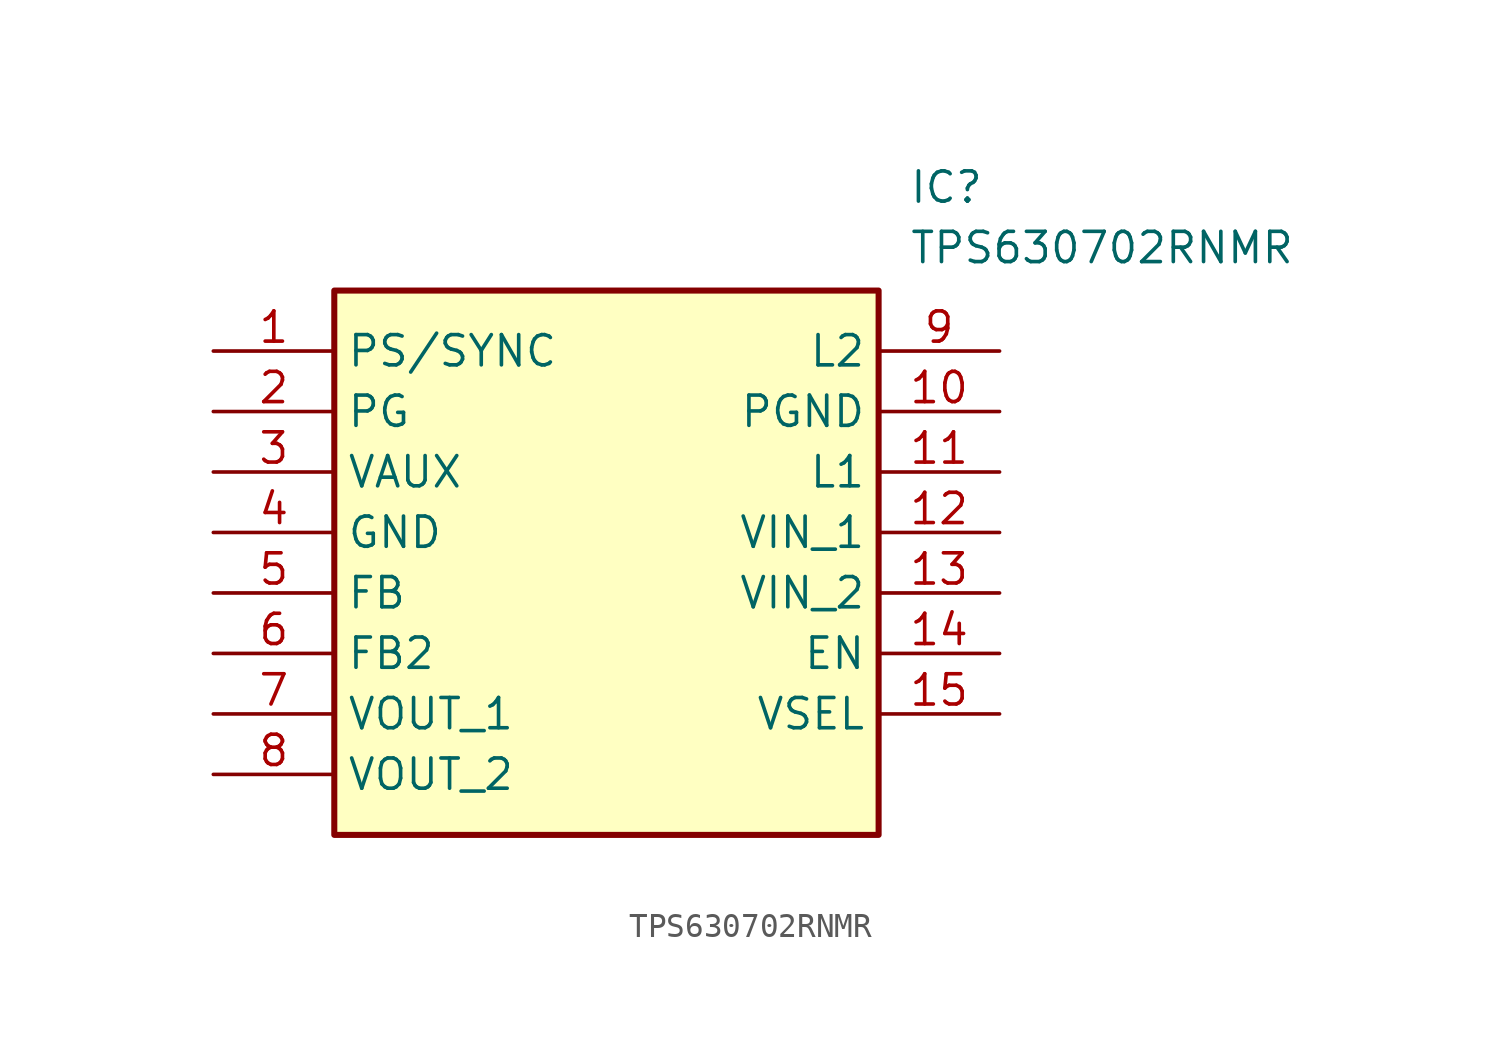
<source format=kicad_sym>
(kicad_symbol_lib
  (version 20211014)
  (generator SamacSys_ECAD_Model)
  (symbol "TPS630702RNMR"
    (property "Reference" "IC"
      (at 29.21 7.62 0)
      (effects (font (size 1.27 1.27)) (justify left top)))
    (property "Value" "TPS630702RNMR"
      (at 29.21 5.08 0)
      (effects (font (size 1.27 1.27)) (justify left top)))
    (rectangle
      (start 5.08 2.54)
      (end 27.94 -20.32)
      (stroke (width 0.254) (type default))
      (fill (type background)))
    (pin passive line
      (at 0 0 0)
      (length 5.08)
      (name "PS/SYNC" (effects (font (size 1.27 1.27))))
      (number "1" (effects (font (size 1.27 1.27)))))
    (pin passive line
      (at 0 -2.54 0)
      (length 5.08)
      (name "PG" (effects (font (size 1.27 1.27))))
      (number "2" (effects (font (size 1.27 1.27)))))
    (pin passive line
      (at 0 -5.08 0)
      (length 5.08)
      (name "VAUX" (effects (font (size 1.27 1.27))))
      (number "3" (effects (font (size 1.27 1.27)))))
    (pin passive line
      (at 0 -7.62 0)
      (length 5.08)
      (name "GND" (effects (font (size 1.27 1.27))))
      (number "4" (effects (font (size 1.27 1.27)))))
    (pin passive line
      (at 0 -10.16 0)
      (length 5.08)
      (name "FB" (effects (font (size 1.27 1.27))))
      (number "5" (effects (font (size 1.27 1.27)))))
    (pin passive line
      (at 0 -12.7 0)
      (length 5.08)
      (name "FB2" (effects (font (size 1.27 1.27))))
      (number "6" (effects (font (size 1.27 1.27)))))
    (pin passive line
      (at 0 -15.24 0)
      (length 5.08)
      (name "VOUT_1" (effects (font (size 1.27 1.27))))
      (number "7" (effects (font (size 1.27 1.27)))))
    (pin passive line
      (at 0 -17.78 0)
      (length 5.08)
      (name "VOUT_2" (effects (font (size 1.27 1.27))))
      (number "8" (effects (font (size 1.27 1.27)))))
    (pin passive line
      (at 33.02 0 180)
      (length 5.08)
      (name "L2" (effects (font (size 1.27 1.27))))
      (number "9" (effects (font (size 1.27 1.27)))))
    (pin passive line
      (at 33.02 -2.54 180)
      (length 5.08)
      (name "PGND" (effects (font (size 1.27 1.27))))
      (number "10" (effects (font (size 1.27 1.27)))))
    (pin passive line
      (at 33.02 -5.08 180)
      (length 5.08)
      (name "L1" (effects (font (size 1.27 1.27))))
      (number "11" (effects (font (size 1.27 1.27)))))
    (pin passive line
      (at 33.02 -7.62 180)
      (length 5.08)
      (name "VIN_1" (effects (font (size 1.27 1.27))))
      (number "12" (effects (font (size 1.27 1.27)))))
    (pin passive line
      (at 33.02 -10.16 180)
      (length 5.08)
      (name "VIN_2" (effects (font (size 1.27 1.27))))
      (number "13" (effects (font (size 1.27 1.27)))))
    (pin passive line
      (at 33.02 -12.7 180)
      (length 5.08)
      (name "EN" (effects (font (size 1.27 1.27))))
      (number "14" (effects (font (size 1.27 1.27)))))
    (pin passive line
      (at 33.02 -15.24 180)
      (length 5.08)
      (name "VSEL" (effects (font (size 1.27 1.27))))
      (number "15" (effects (font (size 1.27 1.27)))))))
</source>
